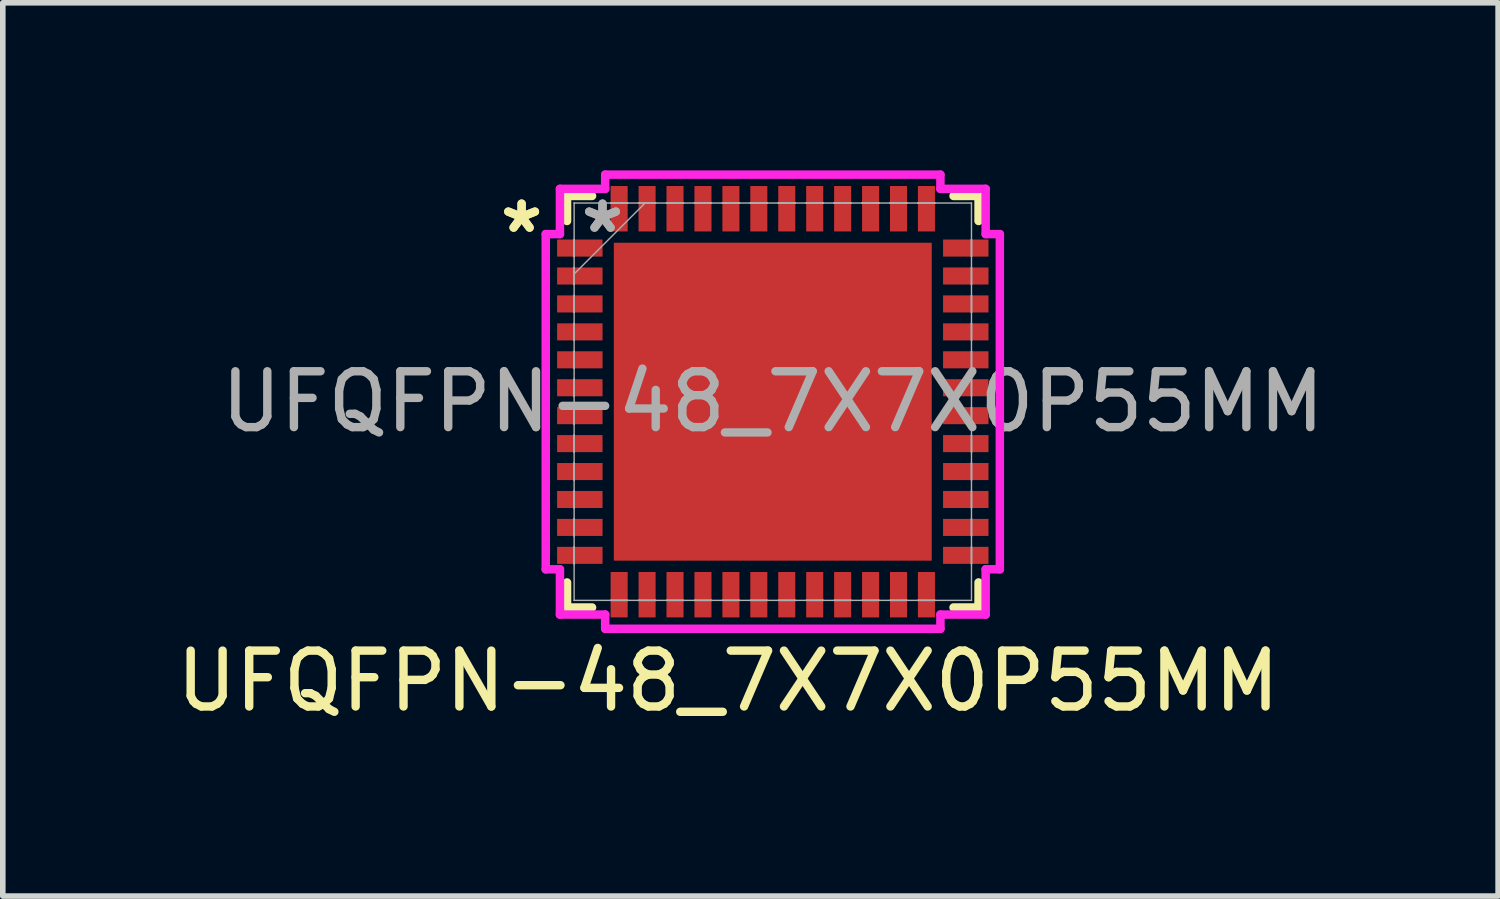
<source format=kicad_pcb>
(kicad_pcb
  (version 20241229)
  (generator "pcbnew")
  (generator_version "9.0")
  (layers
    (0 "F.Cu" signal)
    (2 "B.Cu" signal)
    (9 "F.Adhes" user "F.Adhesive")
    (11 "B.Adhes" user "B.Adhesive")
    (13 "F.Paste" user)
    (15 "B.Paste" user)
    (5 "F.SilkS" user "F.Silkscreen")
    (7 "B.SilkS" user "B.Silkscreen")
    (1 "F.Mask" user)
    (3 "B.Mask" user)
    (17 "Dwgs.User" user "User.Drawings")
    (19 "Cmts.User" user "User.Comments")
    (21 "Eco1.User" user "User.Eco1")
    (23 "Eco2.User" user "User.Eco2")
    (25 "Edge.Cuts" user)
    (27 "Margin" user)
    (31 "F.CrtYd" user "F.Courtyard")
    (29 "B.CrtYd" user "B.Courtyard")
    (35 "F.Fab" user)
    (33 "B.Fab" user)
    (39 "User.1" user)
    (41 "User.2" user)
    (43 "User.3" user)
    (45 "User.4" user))
  (footprint "UFQFPN-48_7X7X0P55MM"
    (layer "F.Cu")
    (at 10.782 4.14)
    (property "Reference" "UFQFPN-48_7X7X0P55MM" (at -0.8 5 0) (unlocked yes) (layer "F.SilkS") (effects (font (size 1 1) (thickness 0.15))))
    (attr smd)
    (fp_line (start -3.683 -3.683) (end -3.683 -3.235) (stroke (width 0.152) (type solid)) (layer "F.SilkS"))
    (fp_line (start -3.683 3.235) (end -3.683 3.683) (stroke (width 0.152) (type solid)) (layer "F.SilkS"))
    (fp_line (start -3.683 3.683) (end -3.235 3.683) (stroke (width 0.152) (type solid)) (layer "F.SilkS"))
    (fp_line (start -3.235 -3.683) (end -3.683 -3.683) (stroke (width 0.152) (type solid)) (layer "F.SilkS"))
    (fp_line (start 3.235 3.683) (end 3.683 3.683) (stroke (width 0.152) (type solid)) (layer "F.SilkS"))
    (fp_line (start 3.683 -3.683) (end 3.235 -3.683) (stroke (width 0.152) (type solid)) (layer "F.SilkS"))
    (fp_line (start 3.683 -3.235) (end 3.683 -3.683) (stroke (width 0.152) (type solid)) (layer "F.SilkS"))
    (fp_line (start 3.683 3.683) (end 3.683 3.235) (stroke (width 0.152) (type solid)) (layer "F.SilkS"))
    (fp_poly (pts (xy -2.745 -2.745) (xy -2.745 -1.522) (xy -1.522 -1.522) (xy -1.522 -2.745)) (stroke (width 0) (type solid)) (fill yes) (layer "F.Paste"))
    (fp_poly (pts (xy -2.745 -1.322) (xy -2.745 -0.1) (xy -1.522 -0.1) (xy -1.522 -1.322)) (stroke (width 0) (type solid)) (fill yes) (layer "F.Paste"))
    (fp_poly (pts (xy -2.745 0.1) (xy -2.745 1.322) (xy -1.522 1.322) (xy -1.522 0.1)) (stroke (width 0) (type solid)) (fill yes) (layer "F.Paste"))
    (fp_poly (pts (xy -2.745 1.522) (xy -2.745 2.745) (xy -1.522 2.745) (xy -1.522 1.522)) (stroke (width 0) (type solid)) (fill yes) (layer "F.Paste"))
    (fp_poly (pts (xy -1.322 -2.745) (xy -1.322 -1.522) (xy -0.1 -1.522) (xy -0.1 -2.745)) (stroke (width 0) (type solid)) (fill yes) (layer "F.Paste"))
    (fp_poly (pts (xy -1.322 -1.322) (xy -1.322 -0.1) (xy -0.1 -0.1) (xy -0.1 -1.322)) (stroke (width 0) (type solid)) (fill yes) (layer "F.Paste"))
    (fp_poly (pts (xy -1.322 0.1) (xy -1.322 1.322) (xy -0.1 1.322) (xy -0.1 0.1)) (stroke (width 0) (type solid)) (fill yes) (layer "F.Paste"))
    (fp_poly (pts (xy -1.322 1.522) (xy -1.322 2.745) (xy -0.1 2.745) (xy -0.1 1.522)) (stroke (width 0) (type solid)) (fill yes) (layer "F.Paste"))
    (fp_poly (pts (xy 0.1 -2.745) (xy 0.1 -1.522) (xy 1.322 -1.522) (xy 1.322 -2.745)) (stroke (width 0) (type solid)) (fill yes) (layer "F.Paste"))
    (fp_poly (pts (xy 0.1 -1.322) (xy 0.1 -0.1) (xy 1.322 -0.1) (xy 1.322 -1.322)) (stroke (width 0) (type solid)) (fill yes) (layer "F.Paste"))
    (fp_poly (pts (xy 0.1 0.1) (xy 0.1 1.322) (xy 1.322 1.322) (xy 1.322 0.1)) (stroke (width 0) (type solid)) (fill yes) (layer "F.Paste"))
    (fp_poly (pts (xy 0.1 1.522) (xy 0.1 2.745) (xy 1.322 2.745) (xy 1.322 1.522)) (stroke (width 0) (type solid)) (fill yes) (layer "F.Paste"))
    (fp_poly (pts (xy 1.522 -2.745) (xy 1.522 -1.522) (xy 2.745 -1.522) (xy 2.745 -2.745)) (stroke (width 0) (type solid)) (fill yes) (layer "F.Paste"))
    (fp_poly (pts (xy 1.522 -1.322) (xy 1.522 -0.1) (xy 2.745 -0.1) (xy 2.745 -1.322)) (stroke (width 0) (type solid)) (fill yes) (layer "F.Paste"))
    (fp_poly (pts (xy 1.522 0.1) (xy 1.522 1.322) (xy 2.745 1.322) (xy 2.745 0.1)) (stroke (width 0) (type solid)) (fill yes) (layer "F.Paste"))
    (fp_poly (pts (xy 1.522 1.522) (xy 1.522 2.745) (xy 2.745 2.745) (xy 2.745 1.522)) (stroke (width 0) (type solid)) (fill yes) (layer "F.Paste"))
    (fp_line (start -4.064 -3) (end -3.81 -3) (stroke (width 0.152) (type solid)) (layer "F.CrtYd"))
    (fp_line (start -4.064 3) (end -4.064 -3) (stroke (width 0.152) (type solid)) (layer "F.CrtYd"))
    (fp_line (start -3.81 -3.81) (end -3 -3.81) (stroke (width 0.152) (type solid)) (layer "F.CrtYd"))
    (fp_line (start -3.81 -3) (end -3.81 -3.81) (stroke (width 0.152) (type solid)) (layer "F.CrtYd"))
    (fp_line (start -3.81 3) (end -4.064 3) (stroke (width 0.152) (type solid)) (layer "F.CrtYd"))
    (fp_line (start -3.81 3.81) (end -3.81 3) (stroke (width 0.152) (type solid)) (layer "F.CrtYd"))
    (fp_line (start -3 -4.064) (end 3 -4.064) (stroke (width 0.152) (type solid)) (layer "F.CrtYd"))
    (fp_line (start -3 -3.81) (end -3 -4.064) (stroke (width 0.152) (type solid)) (layer "F.CrtYd"))
    (fp_line (start -3 3.81) (end -3.81 3.81) (stroke (width 0.152) (type solid)) (layer "F.CrtYd"))
    (fp_line (start -3 4.064) (end -3 3.81) (stroke (width 0.152) (type solid)) (layer "F.CrtYd"))
    (fp_line (start 3 -4.064) (end 3 -3.81) (stroke (width 0.152) (type solid)) (layer "F.CrtYd"))
    (fp_line (start 3 -3.81) (end 3.81 -3.81) (stroke (width 0.152) (type solid)) (layer "F.CrtYd"))
    (fp_line (start 3 3.81) (end 3 4.064) (stroke (width 0.152) (type solid)) (layer "F.CrtYd"))
    (fp_line (start 3 4.064) (end -3 4.064) (stroke (width 0.152) (type solid)) (layer "F.CrtYd"))
    (fp_line (start 3.81 -3.81) (end 3.81 -3) (stroke (width 0.152) (type solid)) (layer "F.CrtYd"))
    (fp_line (start 3.81 -3) (end 4.064 -3) (stroke (width 0.152) (type solid)) (layer "F.CrtYd"))
    (fp_line (start 3.81 3) (end 3.81 3.81) (stroke (width 0.152) (type solid)) (layer "F.CrtYd"))
    (fp_line (start 3.81 3.81) (end 3 3.81) (stroke (width 0.152) (type solid)) (layer "F.CrtYd"))
    (fp_line (start 4.064 -3) (end 4.064 3) (stroke (width 0.152) (type solid)) (layer "F.CrtYd"))
    (fp_line (start 4.064 3) (end 3.81 3) (stroke (width 0.152) (type solid)) (layer "F.CrtYd"))
    (fp_line (start -3.556 -3.556) (end -3.556 -3.556) (stroke (width 0.025) (type solid)) (layer "F.Fab"))
    (fp_line (start -3.556 -3.556) (end -3.556 3.556) (stroke (width 0.025) (type solid)) (layer "F.Fab"))
    (fp_line (start -3.556 -2.902) (end -3.556 -2.902) (stroke (width 0.025) (type solid)) (layer "F.Fab"))
    (fp_line (start -3.556 -2.902) (end -3.556 -2.598) (stroke (width 0.025) (type solid)) (layer "F.Fab"))
    (fp_line (start -3.556 -2.598) (end -3.556 -2.902) (stroke (width 0.025) (type solid)) (layer "F.Fab"))
    (fp_line (start -3.556 -2.598) (end -3.556 -2.598) (stroke (width 0.025) (type solid)) (layer "F.Fab"))
    (fp_line (start -3.556 -2.402) (end -3.556 -2.402) (stroke (width 0.025) (type solid)) (layer "F.Fab"))
    (fp_line (start -3.556 -2.402) (end -3.556 -2.098) (stroke (width 0.025) (type solid)) (layer "F.Fab"))
    (fp_line (start -3.556 -2.286) (end -2.286 -3.556) (stroke (width 0.025) (type solid)) (layer "F.Fab"))
    (fp_line (start -3.556 -2.098) (end -3.556 -2.402) (stroke (width 0.025) (type solid)) (layer "F.Fab"))
    (fp_line (start -3.556 -2.098) (end -3.556 -2.098) (stroke (width 0.025) (type solid)) (layer "F.Fab"))
    (fp_line (start -3.556 -1.902) (end -3.556 -1.902) (stroke (width 0.025) (type solid)) (layer "F.Fab"))
    (fp_line (start -3.556 -1.902) (end -3.556 -1.598) (stroke (width 0.025) (type solid)) (layer "F.Fab"))
    (fp_line (start -3.556 -1.598) (end -3.556 -1.902) (stroke (width 0.025) (type solid)) (layer "F.Fab"))
    (fp_line (start -3.556 -1.598) (end -3.556 -1.598) (stroke (width 0.025) (type solid)) (layer "F.Fab"))
    (fp_line (start -3.556 -1.402) (end -3.556 -1.402) (stroke (width 0.025) (type solid)) (layer "F.Fab"))
    (fp_line (start -3.556 -1.402) (end -3.556 -1.098) (stroke (width 0.025) (type solid)) (layer "F.Fab"))
    (fp_line (start -3.556 -1.098) (end -3.556 -1.402) (stroke (width 0.025) (type solid)) (layer "F.Fab"))
    (fp_line (start -3.556 -1.098) (end -3.556 -1.098) (stroke (width 0.025) (type solid)) (layer "F.Fab"))
    (fp_line (start -3.556 -0.902) (end -3.556 -0.902) (stroke (width 0.025) (type solid)) (layer "F.Fab"))
    (fp_line (start -3.556 -0.902) (end -3.556 -0.598) (stroke (width 0.025) (type solid)) (layer "F.Fab"))
    (fp_line (start -3.556 -0.598) (end -3.556 -0.902) (stroke (width 0.025) (type solid)) (layer "F.Fab"))
    (fp_line (start -3.556 -0.598) (end -3.556 -0.598) (stroke (width 0.025) (type solid)) (layer "F.Fab"))
    (fp_line (start -3.556 -0.402) (end -3.556 -0.402) (stroke (width 0.025) (type solid)) (layer "F.Fab"))
    (fp_line (start -3.556 -0.402) (end -3.556 -0.098) (stroke (width 0.025) (type solid)) (layer "F.Fab"))
    (fp_line (start -3.556 -0.098) (end -3.556 -0.402) (stroke (width 0.025) (type solid)) (layer "F.Fab"))
    (fp_line (start -3.556 -0.098) (end -3.556 -0.098) (stroke (width 0.025) (type solid)) (layer "F.Fab"))
    (fp_line (start -3.556 0.098) (end -3.556 0.098) (stroke (width 0.025) (type solid)) (layer "F.Fab"))
    (fp_line (start -3.556 0.098) (end -3.556 0.402) (stroke (width 0.025) (type solid)) (layer "F.Fab"))
    (fp_line (start -3.556 0.402) (end -3.556 0.098) (stroke (width 0.025) (type solid)) (layer "F.Fab"))
    (fp_line (start -3.556 0.402) (end -3.556 0.402) (stroke (width 0.025) (type solid)) (layer "F.Fab"))
    (fp_line (start -3.556 0.598) (end -3.556 0.598) (stroke (width 0.025) (type solid)) (layer "F.Fab"))
    (fp_line (start -3.556 0.598) (end -3.556 0.902) (stroke (width 0.025) (type solid)) (layer "F.Fab"))
    (fp_line (start -3.556 0.902) (end -3.556 0.598) (stroke (width 0.025) (type solid)) (layer "F.Fab"))
    (fp_line (start -3.556 0.902) (end -3.556 0.902) (stroke (width 0.025) (type solid)) (layer "F.Fab"))
    (fp_line (start -3.556 1.098) (end -3.556 1.098) (stroke (width 0.025) (type solid)) (layer "F.Fab"))
    (fp_line (start -3.556 1.098) (end -3.556 1.402) (stroke (width 0.025) (type solid)) (layer "F.Fab"))
    (fp_line (start -3.556 1.402) (end -3.556 1.098) (stroke (width 0.025) (type solid)) (layer "F.Fab"))
    (fp_line (start -3.556 1.402) (end -3.556 1.402) (stroke (width 0.025) (type solid)) (layer "F.Fab"))
    (fp_line (start -3.556 1.598) (end -3.556 1.598) (stroke (width 0.025) (type solid)) (layer "F.Fab"))
    (fp_line (start -3.556 1.598) (end -3.556 1.902) (stroke (width 0.025) (type solid)) (layer "F.Fab"))
    (fp_line (start -3.556 1.902) (end -3.556 1.598) (stroke (width 0.025) (type solid)) (layer "F.Fab"))
    (fp_line (start -3.556 1.902) (end -3.556 1.902) (stroke (width 0.025) (type solid)) (layer "F.Fab"))
    (fp_line (start -3.556 2.098) (end -3.556 2.098) (stroke (width 0.025) (type solid)) (layer "F.Fab"))
    (fp_line (start -3.556 2.098) (end -3.556 2.402) (stroke (width 0.025) (type solid)) (layer "F.Fab"))
    (fp_line (start -3.556 2.402) (end -3.556 2.098) (stroke (width 0.025) (type solid)) (layer "F.Fab"))
    (fp_line (start -3.556 2.402) (end -3.556 2.402) (stroke (width 0.025) (type solid)) (layer "F.Fab"))
    (fp_line (start -3.556 2.598) (end -3.556 2.598) (stroke (width 0.025) (type solid)) (layer "F.Fab"))
    (fp_line (start -3.556 2.598) (end -3.556 2.902) (stroke (width 0.025) (type solid)) (layer "F.Fab"))
    (fp_line (start -3.556 2.902) (end -3.556 2.598) (stroke (width 0.025) (type solid)) (layer "F.Fab"))
    (fp_line (start -3.556 2.902) (end -3.556 2.902) (stroke (width 0.025) (type solid)) (layer "F.Fab"))
    (fp_line (start -3.556 3.556) (end -3.556 3.556) (stroke (width 0.025) (type solid)) (layer "F.Fab"))
    (fp_line (start -3.556 3.556) (end 3.556 3.556) (stroke (width 0.025) (type solid)) (layer "F.Fab"))
    (fp_line (start -2.902 -3.556) (end -2.902 -3.556) (stroke (width 0.025) (type solid)) (layer "F.Fab"))
    (fp_line (start -2.902 -3.556) (end -2.598 -3.556) (stroke (width 0.025) (type solid)) (layer "F.Fab"))
    (fp_line (start -2.902 3.556) (end -2.902 3.556) (stroke (width 0.025) (type solid)) (layer "F.Fab"))
    (fp_line (start -2.902 3.556) (end -2.598 3.556) (stroke (width 0.025) (type solid)) (layer "F.Fab"))
    (fp_line (start -2.598 -3.556) (end -2.902 -3.556) (stroke (width 0.025) (type solid)) (layer "F.Fab"))
    (fp_line (start -2.598 -3.556) (end -2.598 -3.556) (stroke (width 0.025) (type solid)) (layer "F.Fab"))
    (fp_line (start -2.598 3.556) (end -2.902 3.556) (stroke (width 0.025) (type solid)) (layer "F.Fab"))
    (fp_line (start -2.598 3.556) (end -2.598 3.556) (stroke (width 0.025) (type solid)) (layer "F.Fab"))
    (fp_line (start -2.402 -3.556) (end -2.402 -3.556) (stroke (width 0.025) (type solid)) (layer "F.Fab"))
    (fp_line (start -2.402 -3.556) (end -2.098 -3.556) (stroke (width 0.025) (type solid)) (layer "F.Fab"))
    (fp_line (start -2.402 3.556) (end -2.402 3.556) (stroke (width 0.025) (type solid)) (layer "F.Fab"))
    (fp_line (start -2.402 3.556) (end -2.098 3.556) (stroke (width 0.025) (type solid)) (layer "F.Fab"))
    (fp_line (start -2.098 -3.556) (end -2.402 -3.556) (stroke (width 0.025) (type solid)) (layer "F.Fab"))
    (fp_line (start -2.098 -3.556) (end -2.098 -3.556) (stroke (width 0.025) (type solid)) (layer "F.Fab"))
    (fp_line (start -2.098 3.556) (end -2.402 3.556) (stroke (width 0.025) (type solid)) (layer "F.Fab"))
    (fp_line (start -2.098 3.556) (end -2.098 3.556) (stroke (width 0.025) (type solid)) (layer "F.Fab"))
    (fp_line (start -1.902 -3.556) (end -1.902 -3.556) (stroke (width 0.025) (type solid)) (layer "F.Fab"))
    (fp_line (start -1.902 -3.556) (end -1.598 -3.556) (stroke (width 0.025) (type solid)) (layer "F.Fab"))
    (fp_line (start -1.902 3.556) (end -1.902 3.556) (stroke (width 0.025) (type solid)) (layer "F.Fab"))
    (fp_line (start -1.902 3.556) (end -1.598 3.556) (stroke (width 0.025) (type solid)) (layer "F.Fab"))
    (fp_line (start -1.598 -3.556) (end -1.902 -3.556) (stroke (width 0.025) (type solid)) (layer "F.Fab"))
    (fp_line (start -1.598 -3.556) (end -1.598 -3.556) (stroke (width 0.025) (type solid)) (layer "F.Fab"))
    (fp_line (start -1.598 3.556) (end -1.902 3.556) (stroke (width 0.025) (type solid)) (layer "F.Fab"))
    (fp_line (start -1.598 3.556) (end -1.598 3.556) (stroke (width 0.025) (type solid)) (layer "F.Fab"))
    (fp_line (start -1.402 -3.556) (end -1.402 -3.556) (stroke (width 0.025) (type solid)) (layer "F.Fab"))
    (fp_line (start -1.402 -3.556) (end -1.098 -3.556) (stroke (width 0.025) (type solid)) (layer "F.Fab"))
    (fp_line (start -1.402 3.556) (end -1.402 3.556) (stroke (width 0.025) (type solid)) (layer "F.Fab"))
    (fp_line (start -1.402 3.556) (end -1.098 3.556) (stroke (width 0.025) (type solid)) (layer "F.Fab"))
    (fp_line (start -1.098 -3.556) (end -1.402 -3.556) (stroke (width 0.025) (type solid)) (layer "F.Fab"))
    (fp_line (start -1.098 -3.556) (end -1.098 -3.556) (stroke (width 0.025) (type solid)) (layer "F.Fab"))
    (fp_line (start -1.098 3.556) (end -1.402 3.556) (stroke (width 0.025) (type solid)) (layer "F.Fab"))
    (fp_line (start -1.098 3.556) (end -1.098 3.556) (stroke (width 0.025) (type solid)) (layer "F.Fab"))
    (fp_line (start -0.902 -3.556) (end -0.902 -3.556) (stroke (width 0.025) (type solid)) (layer "F.Fab"))
    (fp_line (start -0.902 -3.556) (end -0.598 -3.556) (stroke (width 0.025) (type solid)) (layer "F.Fab"))
    (fp_line (start -0.902 3.556) (end -0.902 3.556) (stroke (width 0.025) (type solid)) (layer "F.Fab"))
    (fp_line (start -0.902 3.556) (end -0.598 3.556) (stroke (width 0.025) (type solid)) (layer "F.Fab"))
    (fp_line (start -0.598 -3.556) (end -0.902 -3.556) (stroke (width 0.025) (type solid)) (layer "F.Fab"))
    (fp_line (start -0.598 -3.556) (end -0.598 -3.556) (stroke (width 0.025) (type solid)) (layer "F.Fab"))
    (fp_line (start -0.598 3.556) (end -0.902 3.556) (stroke (width 0.025) (type solid)) (layer "F.Fab"))
    (fp_line (start -0.598 3.556) (end -0.598 3.556) (stroke (width 0.025) (type solid)) (layer "F.Fab"))
    (fp_line (start -0.402 -3.556) (end -0.402 -3.556) (stroke (width 0.025) (type solid)) (layer "F.Fab"))
    (fp_line (start -0.402 -3.556) (end -0.098 -3.556) (stroke (width 0.025) (type solid)) (layer "F.Fab"))
    (fp_line (start -0.402 3.556) (end -0.402 3.556) (stroke (width 0.025) (type solid)) (layer "F.Fab"))
    (fp_line (start -0.402 3.556) (end -0.098 3.556) (stroke (width 0.025) (type solid)) (layer "F.Fab"))
    (fp_line (start -0.098 -3.556) (end -0.402 -3.556) (stroke (width 0.025) (type solid)) (layer "F.Fab"))
    (fp_line (start -0.098 -3.556) (end -0.098 -3.556) (stroke (width 0.025) (type solid)) (layer "F.Fab"))
    (fp_line (start -0.098 3.556) (end -0.402 3.556) (stroke (width 0.025) (type solid)) (layer "F.Fab"))
    (fp_line (start -0.098 3.556) (end -0.098 3.556) (stroke (width 0.025) (type solid)) (layer "F.Fab"))
    (fp_line (start 0.098 -3.556) (end 0.098 -3.556) (stroke (width 0.025) (type solid)) (layer "F.Fab"))
    (fp_line (start 0.098 -3.556) (end 0.402 -3.556) (stroke (width 0.025) (type solid)) (layer "F.Fab"))
    (fp_line (start 0.098 3.556) (end 0.098 3.556) (stroke (width 0.025) (type solid)) (layer "F.Fab"))
    (fp_line (start 0.098 3.556) (end 0.402 3.556) (stroke (width 0.025) (type solid)) (layer "F.Fab"))
    (fp_line (start 0.402 -3.556) (end 0.098 -3.556) (stroke (width 0.025) (type solid)) (layer "F.Fab"))
    (fp_line (start 0.402 -3.556) (end 0.402 -3.556) (stroke (width 0.025) (type solid)) (layer "F.Fab"))
    (fp_line (start 0.402 3.556) (end 0.098 3.556) (stroke (width 0.025) (type solid)) (layer "F.Fab"))
    (fp_line (start 0.402 3.556) (end 0.402 3.556) (stroke (width 0.025) (type solid)) (layer "F.Fab"))
    (fp_line (start 0.598 -3.556) (end 0.598 -3.556) (stroke (width 0.025) (type solid)) (layer "F.Fab"))
    (fp_line (start 0.598 -3.556) (end 0.902 -3.556) (stroke (width 0.025) (type solid)) (layer "F.Fab"))
    (fp_line (start 0.598 3.556) (end 0.598 3.556) (stroke (width 0.025) (type solid)) (layer "F.Fab"))
    (fp_line (start 0.598 3.556) (end 0.902 3.556) (stroke (width 0.025) (type solid)) (layer "F.Fab"))
    (fp_line (start 0.902 -3.556) (end 0.598 -3.556) (stroke (width 0.025) (type solid)) (layer "F.Fab"))
    (fp_line (start 0.902 -3.556) (end 0.902 -3.556) (stroke (width 0.025) (type solid)) (layer "F.Fab"))
    (fp_line (start 0.902 3.556) (end 0.598 3.556) (stroke (width 0.025) (type solid)) (layer "F.Fab"))
    (fp_line (start 0.902 3.556) (end 0.902 3.556) (stroke (width 0.025) (type solid)) (layer "F.Fab"))
    (fp_line (start 1.098 -3.556) (end 1.098 -3.556) (stroke (width 0.025) (type solid)) (layer "F.Fab"))
    (fp_line (start 1.098 -3.556) (end 1.402 -3.556) (stroke (width 0.025) (type solid)) (layer "F.Fab"))
    (fp_line (start 1.098 3.556) (end 1.098 3.556) (stroke (width 0.025) (type solid)) (layer "F.Fab"))
    (fp_line (start 1.098 3.556) (end 1.402 3.556) (stroke (width 0.025) (type solid)) (layer "F.Fab"))
    (fp_line (start 1.402 -3.556) (end 1.098 -3.556) (stroke (width 0.025) (type solid)) (layer "F.Fab"))
    (fp_line (start 1.402 -3.556) (end 1.402 -3.556) (stroke (width 0.025) (type solid)) (layer "F.Fab"))
    (fp_line (start 1.402 3.556) (end 1.098 3.556) (stroke (width 0.025) (type solid)) (layer "F.Fab"))
    (fp_line (start 1.402 3.556) (end 1.402 3.556) (stroke (width 0.025) (type solid)) (layer "F.Fab"))
    (fp_line (start 1.598 -3.556) (end 1.598 -3.556) (stroke (width 0.025) (type solid)) (layer "F.Fab"))
    (fp_line (start 1.598 -3.556) (end 1.902 -3.556) (stroke (width 0.025) (type solid)) (layer "F.Fab"))
    (fp_line (start 1.598 3.556) (end 1.598 3.556) (stroke (width 0.025) (type solid)) (layer "F.Fab"))
    (fp_line (start 1.598 3.556) (end 1.902 3.556) (stroke (width 0.025) (type solid)) (layer "F.Fab"))
    (fp_line (start 1.902 -3.556) (end 1.598 -3.556) (stroke (width 0.025) (type solid)) (layer "F.Fab"))
    (fp_line (start 1.902 -3.556) (end 1.902 -3.556) (stroke (width 0.025) (type solid)) (layer "F.Fab"))
    (fp_line (start 1.902 3.556) (end 1.598 3.556) (stroke (width 0.025) (type solid)) (layer "F.Fab"))
    (fp_line (start 1.902 3.556) (end 1.902 3.556) (stroke (width 0.025) (type solid)) (layer "F.Fab"))
    (fp_line (start 2.098 -3.556) (end 2.098 -3.556) (stroke (width 0.025) (type solid)) (layer "F.Fab"))
    (fp_line (start 2.098 -3.556) (end 2.402 -3.556) (stroke (width 0.025) (type solid)) (layer "F.Fab"))
    (fp_line (start 2.098 3.556) (end 2.098 3.556) (stroke (width 0.025) (type solid)) (layer "F.Fab"))
    (fp_line (start 2.098 3.556) (end 2.402 3.556) (stroke (width 0.025) (type solid)) (layer "F.Fab"))
    (fp_line (start 2.402 -3.556) (end 2.098 -3.556) (stroke (width 0.025) (type solid)) (layer "F.Fab"))
    (fp_line (start 2.402 -3.556) (end 2.402 -3.556) (stroke (width 0.025) (type solid)) (layer "F.Fab"))
    (fp_line (start 2.402 3.556) (end 2.098 3.556) (stroke (width 0.025) (type solid)) (layer "F.Fab"))
    (fp_line (start 2.402 3.556) (end 2.402 3.556) (stroke (width 0.025) (type solid)) (layer "F.Fab"))
    (fp_line (start 2.598 -3.556) (end 2.598 -3.556) (stroke (width 0.025) (type solid)) (layer "F.Fab"))
    (fp_line (start 2.598 -3.556) (end 2.902 -3.556) (stroke (width 0.025) (type solid)) (layer "F.Fab"))
    (fp_line (start 2.598 3.556) (end 2.598 3.556) (stroke (width 0.025) (type solid)) (layer "F.Fab"))
    (fp_line (start 2.598 3.556) (end 2.902 3.556) (stroke (width 0.025) (type solid)) (layer "F.Fab"))
    (fp_line (start 2.902 -3.556) (end 2.598 -3.556) (stroke (width 0.025) (type solid)) (layer "F.Fab"))
    (fp_line (start 2.902 -3.556) (end 2.902 -3.556) (stroke (width 0.025) (type solid)) (layer "F.Fab"))
    (fp_line (start 2.902 3.556) (end 2.598 3.556) (stroke (width 0.025) (type solid)) (layer "F.Fab"))
    (fp_line (start 2.902 3.556) (end 2.902 3.556) (stroke (width 0.025) (type solid)) (layer "F.Fab"))
    (fp_line (start 3.556 -3.556) (end -3.556 -3.556) (stroke (width 0.025) (type solid)) (layer "F.Fab"))
    (fp_line (start 3.556 -3.556) (end 3.556 -3.556) (stroke (width 0.025) (type solid)) (layer "F.Fab"))
    (fp_line (start 3.556 -2.902) (end 3.556 -2.902) (stroke (width 0.025) (type solid)) (layer "F.Fab"))
    (fp_line (start 3.556 -2.902) (end 3.556 -2.598) (stroke (width 0.025) (type solid)) (layer "F.Fab"))
    (fp_line (start 3.556 -2.598) (end 3.556 -2.902) (stroke (width 0.025) (type solid)) (layer "F.Fab"))
    (fp_line (start 3.556 -2.598) (end 3.556 -2.598) (stroke (width 0.025) (type solid)) (layer "F.Fab"))
    (fp_line (start 3.556 -2.402) (end 3.556 -2.402) (stroke (width 0.025) (type solid)) (layer "F.Fab"))
    (fp_line (start 3.556 -2.402) (end 3.556 -2.098) (stroke (width 0.025) (type solid)) (layer "F.Fab"))
    (fp_line (start 3.556 -2.098) (end 3.556 -2.402) (stroke (width 0.025) (type solid)) (layer "F.Fab"))
    (fp_line (start 3.556 -2.098) (end 3.556 -2.098) (stroke (width 0.025) (type solid)) (layer "F.Fab"))
    (fp_line (start 3.556 -1.902) (end 3.556 -1.902) (stroke (width 0.025) (type solid)) (layer "F.Fab"))
    (fp_line (start 3.556 -1.902) (end 3.556 -1.598) (stroke (width 0.025) (type solid)) (layer "F.Fab"))
    (fp_line (start 3.556 -1.598) (end 3.556 -1.902) (stroke (width 0.025) (type solid)) (layer "F.Fab"))
    (fp_line (start 3.556 -1.598) (end 3.556 -1.598) (stroke (width 0.025) (type solid)) (layer "F.Fab"))
    (fp_line (start 3.556 -1.402) (end 3.556 -1.402) (stroke (width 0.025) (type solid)) (layer "F.Fab"))
    (fp_line (start 3.556 -1.402) (end 3.556 -1.098) (stroke (width 0.025) (type solid)) (layer "F.Fab"))
    (fp_line (start 3.556 -1.098) (end 3.556 -1.402) (stroke (width 0.025) (type solid)) (layer "F.Fab"))
    (fp_line (start 3.556 -1.098) (end 3.556 -1.098) (stroke (width 0.025) (type solid)) (layer "F.Fab"))
    (fp_line (start 3.556 -0.902) (end 3.556 -0.902) (stroke (width 0.025) (type solid)) (layer "F.Fab"))
    (fp_line (start 3.556 -0.902) (end 3.556 -0.598) (stroke (width 0.025) (type solid)) (layer "F.Fab"))
    (fp_line (start 3.556 -0.598) (end 3.556 -0.902) (stroke (width 0.025) (type solid)) (layer "F.Fab"))
    (fp_line (start 3.556 -0.598) (end 3.556 -0.598) (stroke (width 0.025) (type solid)) (layer "F.Fab"))
    (fp_line (start 3.556 -0.402) (end 3.556 -0.402) (stroke (width 0.025) (type solid)) (layer "F.Fab"))
    (fp_line (start 3.556 -0.402) (end 3.556 -0.098) (stroke (width 0.025) (type solid)) (layer "F.Fab"))
    (fp_line (start 3.556 -0.098) (end 3.556 -0.402) (stroke (width 0.025) (type solid)) (layer "F.Fab"))
    (fp_line (start 3.556 -0.098) (end 3.556 -0.098) (stroke (width 0.025) (type solid)) (layer "F.Fab"))
    (fp_line (start 3.556 0.098) (end 3.556 0.098) (stroke (width 0.025) (type solid)) (layer "F.Fab"))
    (fp_line (start 3.556 0.098) (end 3.556 0.402) (stroke (width 0.025) (type solid)) (layer "F.Fab"))
    (fp_line (start 3.556 0.402) (end 3.556 0.098) (stroke (width 0.025) (type solid)) (layer "F.Fab"))
    (fp_line (start 3.556 0.402) (end 3.556 0.402) (stroke (width 0.025) (type solid)) (layer "F.Fab"))
    (fp_line (start 3.556 0.598) (end 3.556 0.598) (stroke (width 0.025) (type solid)) (layer "F.Fab"))
    (fp_line (start 3.556 0.598) (end 3.556 0.902) (stroke (width 0.025) (type solid)) (layer "F.Fab"))
    (fp_line (start 3.556 0.902) (end 3.556 0.598) (stroke (width 0.025) (type solid)) (layer "F.Fab"))
    (fp_line (start 3.556 0.902) (end 3.556 0.902) (stroke (width 0.025) (type solid)) (layer "F.Fab"))
    (fp_line (start 3.556 1.098) (end 3.556 1.098) (stroke (width 0.025) (type solid)) (layer "F.Fab"))
    (fp_line (start 3.556 1.098) (end 3.556 1.402) (stroke (width 0.025) (type solid)) (layer "F.Fab"))
    (fp_line (start 3.556 1.402) (end 3.556 1.098) (stroke (width 0.025) (type solid)) (layer "F.Fab"))
    (fp_line (start 3.556 1.402) (end 3.556 1.402) (stroke (width 0.025) (type solid)) (layer "F.Fab"))
    (fp_line (start 3.556 1.598) (end 3.556 1.598) (stroke (width 0.025) (type solid)) (layer "F.Fab"))
    (fp_line (start 3.556 1.598) (end 3.556 1.902) (stroke (width 0.025) (type solid)) (layer "F.Fab"))
    (fp_line (start 3.556 1.902) (end 3.556 1.598) (stroke (width 0.025) (type solid)) (layer "F.Fab"))
    (fp_line (start 3.556 1.902) (end 3.556 1.902) (stroke (width 0.025) (type solid)) (layer "F.Fab"))
    (fp_line (start 3.556 2.098) (end 3.556 2.098) (stroke (width 0.025) (type solid)) (layer "F.Fab"))
    (fp_line (start 3.556 2.098) (end 3.556 2.402) (stroke (width 0.025) (type solid)) (layer "F.Fab"))
    (fp_line (start 3.556 2.402) (end 3.556 2.098) (stroke (width 0.025) (type solid)) (layer "F.Fab"))
    (fp_line (start 3.556 2.402) (end 3.556 2.402) (stroke (width 0.025) (type solid)) (layer "F.Fab"))
    (fp_line (start 3.556 2.598) (end 3.556 2.598) (stroke (width 0.025) (type solid)) (layer "F.Fab"))
    (fp_line (start 3.556 2.598) (end 3.556 2.902) (stroke (width 0.025) (type solid)) (layer "F.Fab"))
    (fp_line (start 3.556 2.902) (end 3.556 2.598) (stroke (width 0.025) (type solid)) (layer "F.Fab"))
    (fp_line (start 3.556 2.902) (end 3.556 2.902) (stroke (width 0.025) (type solid)) (layer "F.Fab"))
    (fp_line (start 3.556 3.556) (end 3.556 -3.556) (stroke (width 0.025) (type solid)) (layer "F.Fab"))
    (fp_line (start 3.556 3.556) (end 3.556 3.556) (stroke (width 0.025) (type solid)) (layer "F.Fab"))
    (fp_text user "*" (at -4.496 -3 0) (layer "F.SilkS") (effects (font (size 1 1) (thickness 0.15))))
    (fp_text user "*" (at -4.496 -3 0) (unlocked yes) (layer "F.SilkS") (effects (font (size 1 1) (thickness 0.15))))
    (fp_text user "*" (at -3.048 -3 0) (layer "F.Fab") (effects (font (size 1 1) (thickness 0.15))))
    (fp_text user "*" (at -3.048 -3 0) (unlocked yes) (layer "F.Fab") (effects (font (size 1 1) (thickness 0.15))))
    (fp_text user "${REFERENCE}" (at 0 0 0) (unlocked yes) (layer "F.Fab") (effects (font (size 1 1) (thickness 0.15))))
    (pad "1" smd rect (at -3.454 -2.75 90) (size 0.305 0.813) (layers "F.Cu" "F.Mask" "F.Paste"))
    (pad "2" smd rect (at -3.454 -2.25 90) (size 0.305 0.813) (layers "F.Cu" "F.Mask" "F.Paste"))
    (pad "3" smd rect (at -3.454 -1.75 90) (size 0.305 0.813) (layers "F.Cu" "F.Mask" "F.Paste"))
    (pad "4" smd rect (at -3.454 -1.25 90) (size 0.305 0.813) (layers "F.Cu" "F.Mask" "F.Paste"))
    (pad "5" smd rect (at -3.454 -0.75 90) (size 0.305 0.813) (layers "F.Cu" "F.Mask" "F.Paste"))
    (pad "6" smd rect (at -3.454 -0.25 90) (size 0.305 0.813) (layers "F.Cu" "F.Mask" "F.Paste"))
    (pad "7" smd rect (at -3.454 0.25 90) (size 0.305 0.813) (layers "F.Cu" "F.Mask" "F.Paste"))
    (pad "8" smd rect (at -3.454 0.75 90) (size 0.305 0.813) (layers "F.Cu" "F.Mask" "F.Paste"))
    (pad "9" smd rect (at -3.454 1.25 90) (size 0.305 0.813) (layers "F.Cu" "F.Mask" "F.Paste"))
    (pad "10" smd rect (at -3.454 1.75 90) (size 0.305 0.813) (layers "F.Cu" "F.Mask" "F.Paste"))
    (pad "11" smd rect (at -3.454 2.25 90) (size 0.305 0.813) (layers "F.Cu" "F.Mask" "F.Paste"))
    (pad "12" smd rect (at -3.454 2.75 90) (size 0.305 0.813) (layers "F.Cu" "F.Mask" "F.Paste"))
    (pad "13" smd rect (at -2.75 3.454) (size 0.305 0.813) (layers "F.Cu" "F.Mask" "F.Paste"))
    (pad "14" smd rect (at -2.25 3.454) (size 0.305 0.813) (layers "F.Cu" "F.Mask" "F.Paste"))
    (pad "15" smd rect (at -1.75 3.454) (size 0.305 0.813) (layers "F.Cu" "F.Mask" "F.Paste"))
    (pad "16" smd rect (at -1.25 3.454) (size 0.305 0.813) (layers "F.Cu" "F.Mask" "F.Paste"))
    (pad "17" smd rect (at -0.75 3.454) (size 0.305 0.813) (layers "F.Cu" "F.Mask" "F.Paste"))
    (pad "18" smd rect (at -0.25 3.454) (size 0.305 0.813) (layers "F.Cu" "F.Mask" "F.Paste"))
    (pad "19" smd rect (at 0.25 3.454) (size 0.305 0.813) (layers "F.Cu" "F.Mask" "F.Paste"))
    (pad "20" smd rect (at 0.75 3.454) (size 0.305 0.813) (layers "F.Cu" "F.Mask" "F.Paste"))
    (pad "21" smd rect (at 1.25 3.454) (size 0.305 0.813) (layers "F.Cu" "F.Mask" "F.Paste"))
    (pad "22" smd rect (at 1.75 3.454) (size 0.305 0.813) (layers "F.Cu" "F.Mask" "F.Paste"))
    (pad "23" smd rect (at 2.25 3.454) (size 0.305 0.813) (layers "F.Cu" "F.Mask" "F.Paste"))
    (pad "24" smd rect (at 2.75 3.454) (size 0.305 0.813) (layers "F.Cu" "F.Mask" "F.Paste"))
    (pad "25" smd rect (at 3.454 2.75 90) (size 0.305 0.813) (layers "F.Cu" "F.Mask" "F.Paste"))
    (pad "26" smd rect (at 3.454 2.25 90) (size 0.305 0.813) (layers "F.Cu" "F.Mask" "F.Paste"))
    (pad "27" smd rect (at 3.454 1.75 90) (size 0.305 0.813) (layers "F.Cu" "F.Mask" "F.Paste"))
    (pad "28" smd rect (at 3.454 1.25 90) (size 0.305 0.813) (layers "F.Cu" "F.Mask" "F.Paste"))
    (pad "29" smd rect (at 3.454 0.75 90) (size 0.305 0.813) (layers "F.Cu" "F.Mask" "F.Paste"))
    (pad "30" smd rect (at 3.454 0.25 90) (size 0.305 0.813) (layers "F.Cu" "F.Mask" "F.Paste"))
    (pad "31" smd rect (at 3.454 -0.25 90) (size 0.305 0.813) (layers "F.Cu" "F.Mask" "F.Paste"))
    (pad "32" smd rect (at 3.454 -0.75 90) (size 0.305 0.813) (layers "F.Cu" "F.Mask" "F.Paste"))
    (pad "33" smd rect (at 3.454 -1.25 90) (size 0.305 0.813) (layers "F.Cu" "F.Mask" "F.Paste"))
    (pad "34" smd rect (at 3.454 -1.75 90) (size 0.305 0.813) (layers "F.Cu" "F.Mask" "F.Paste"))
    (pad "35" smd rect (at 3.454 -2.25 90) (size 0.305 0.813) (layers "F.Cu" "F.Mask" "F.Paste"))
    (pad "36" smd rect (at 3.454 -2.75 90) (size 0.305 0.813) (layers "F.Cu" "F.Mask" "F.Paste"))
    (pad "37" smd rect (at 2.75 -3.454) (size 0.305 0.813) (layers "F.Cu" "F.Mask" "F.Paste"))
    (pad "38" smd rect (at 2.25 -3.454) (size 0.305 0.813) (layers "F.Cu" "F.Mask" "F.Paste"))
    (pad "39" smd rect (at 1.75 -3.454) (size 0.305 0.813) (layers "F.Cu" "F.Mask" "F.Paste"))
    (pad "40" smd rect (at 1.25 -3.454) (size 0.305 0.813) (layers "F.Cu" "F.Mask" "F.Paste"))
    (pad "41" smd rect (at 0.75 -3.454) (size 0.305 0.813) (layers "F.Cu" "F.Mask" "F.Paste"))
    (pad "42" smd rect (at 0.25 -3.454) (size 0.305 0.813) (layers "F.Cu" "F.Mask" "F.Paste"))
    (pad "43" smd rect (at -0.25 -3.454) (size 0.305 0.813) (layers "F.Cu" "F.Mask" "F.Paste"))
    (pad "44" smd rect (at -0.75 -3.454) (size 0.305 0.813) (layers "F.Cu" "F.Mask" "F.Paste"))
    (pad "45" smd rect (at -1.25 -3.454) (size 0.305 0.813) (layers "F.Cu" "F.Mask" "F.Paste"))
    (pad "46" smd rect (at -1.75 -3.454) (size 0.305 0.813) (layers "F.Cu" "F.Mask" "F.Paste"))
    (pad "47" smd rect (at -2.25 -3.454) (size 0.305 0.813) (layers "F.Cu" "F.Mask" "F.Paste"))
    (pad "48" smd rect (at -2.75 -3.454) (size 0.305 0.813) (layers "F.Cu" "F.Mask" "F.Paste"))
    (pad "49" smd rect (at 0 0) (size 5.69 5.69) (layers "F.Cu" "F.Mask" "F.Paste")))
  (gr_rect
    (start -3 -3)
    (end 23.764 12.988)
    (stroke (width 0.1) (type default))
    (fill no)
    (layer "Edge.Cuts")))
</source>
